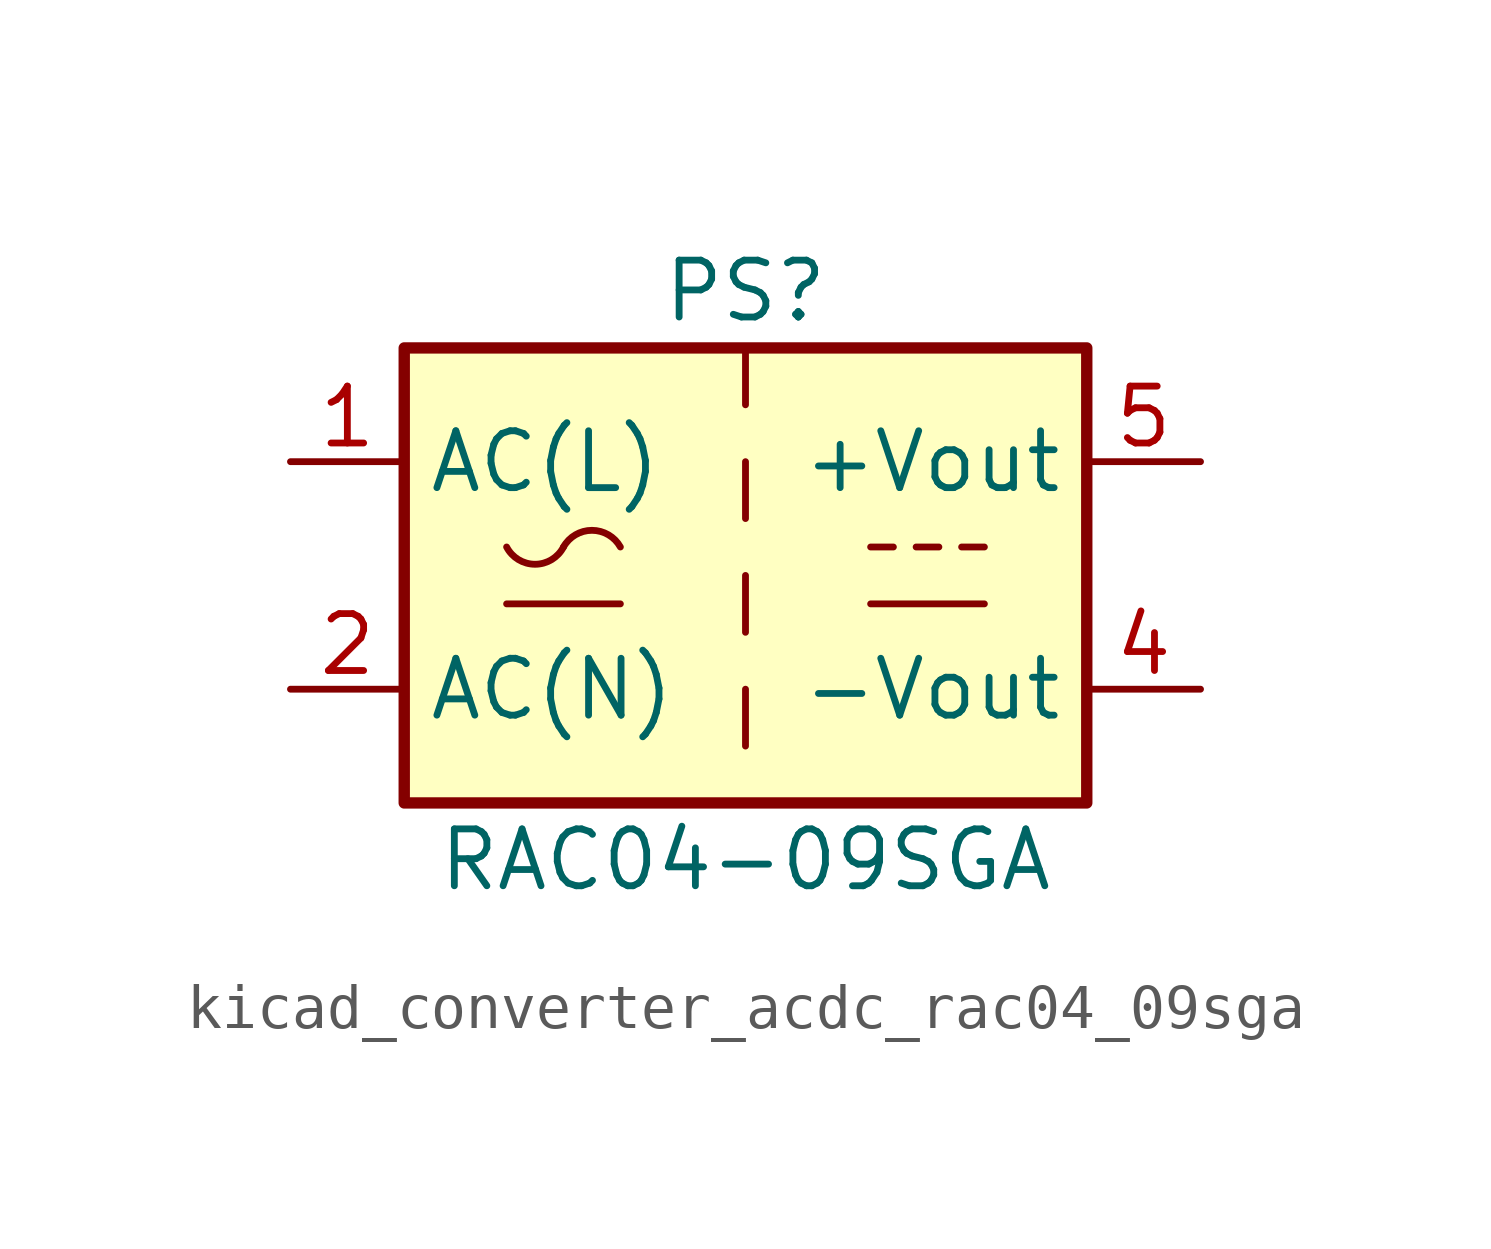
<source format=kicad_sym>
(kicad_symbol_lib
  (version 20220914)
  (generator kicad_symbol_editor)
  (symbol "kicad_converter_acdc_rac04_09sga"
    (property "Reference" "PS"
      (at 0 6.35 0)
      (effects (font (size 1.27 1.27))))
    (property "Value" "RAC04-09SGA"
      (at 0 -6.35 0)
      (effects (font (size 1.27 1.27))))
    (symbol "kicad_converter_acdc_rac04_09sga_1_1"
      (rectangle (start -7.62 5.08) (end 7.62 -5.08) (stroke (width 0.254) (type default)) (fill (type background)))
      (arc (start -5.334 0.635) (mid -4.699 0.2495) (end -4.064 0.635) (stroke (width 0) (type default)) (fill (type none)))
      (arc (start -2.794 0.635) (mid -3.429 1.0072) (end -4.064 0.635) (stroke (width 0) (type default)) (fill (type none)))
      (polyline (pts (xy -5.334 -0.635) (xy -2.794 -0.635)) (stroke (width 0) (type default)) (fill (type none)))
      (polyline (pts (xy 0 -2.54) (xy 0 -3.81)) (stroke (width 0) (type default)) (fill (type none)))
      (polyline (pts (xy 0 0) (xy 0 -1.27)) (stroke (width 0) (type default)) (fill (type none)))
      (polyline (pts (xy 0 2.54) (xy 0 1.27)) (stroke (width 0) (type default)) (fill (type none)))
      (polyline (pts (xy 0 5.08) (xy 0 3.81)) (stroke (width 0) (type default)) (fill (type none)))
      (polyline (pts (xy 2.794 -0.635) (xy 5.334 -0.635)) (stroke (width 0) (type default)) (fill (type none)))
      (polyline (pts (xy 2.794 0.635) (xy 3.302 0.635)) (stroke (width 0) (type default)) (fill (type none)))
      (polyline (pts (xy 3.81 0.635) (xy 4.318 0.635)) (stroke (width 0) (type default)) (fill (type none)))
      (polyline (pts (xy 4.826 0.635) (xy 5.334 0.635)) (stroke (width 0) (type default)) (fill (type none)))
      (pin power_in line (at -10.16 2.54 0) (length 2.54) (name "AC(L)" (effects (font (size 1.27 1.27)))) (number "1" (effects (font (size 1.27 1.27)))))
      (pin power_in line (at -10.16 -2.54 0) (length 2.54) (name "AC(N)" (effects (font (size 1.27 1.27)))) (number "2" (effects (font (size 1.27 1.27)))))
      (pin no_connect line (at 7.62 0 180) (length 2.54) hide (name "NC" (effects (font (size 1.27 1.27)))) (number "3" (effects (font (size 1.27 1.27)))))
      (pin power_out line (at 10.16 -2.54 180) (length 2.54) (name "-Vout" (effects (font (size 1.27 1.27)))) (number "4" (effects (font (size 1.27 1.27)))))
      (pin power_out line (at 10.16 2.54 180) (length 2.54) (name "+Vout" (effects (font (size 1.27 1.27)))) (number "5" (effects (font (size 1.27 1.27))))))))
</source>
